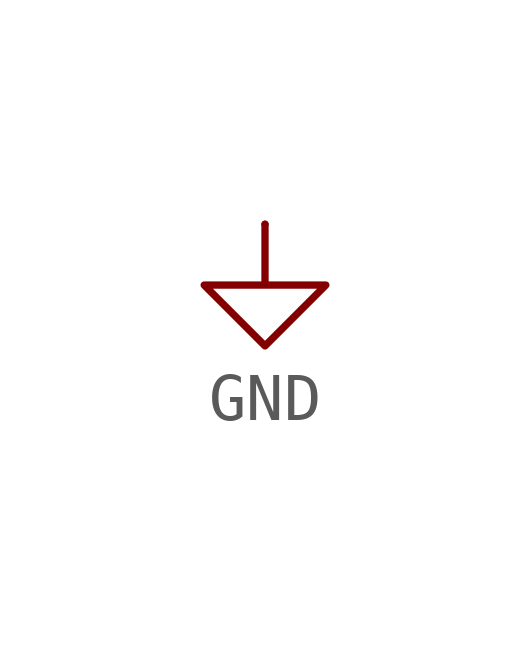
<source format=kicad_sym>
(kicad_symbol_lib
  (version 20241209)
  (generator "kicad_symbol_editor")
  (generator_version "9.0")
  (symbol "GND"
    (power)
    (pin_numbers
      (hide yes))
    (pin_names
      (offset 0)
      (hide yes))
    (property "Reference" "#PWR"
      (at 0 -6.35 0)
      (effects (font (size 1.27 1.27)) (hide yes)))
    (symbol "GND_0_1"
      (polyline (pts (xy 0 0) (xy 0 -1.27) (xy 1.27 -1.27) (xy 0 -2.54) (xy -1.27 -1.27) (xy 0 -1.27)) (stroke (width 0) (type default)) (fill (type none))))
    (symbol "GND_1_1"
      (pin power_in line (at 0 0 270) (length 0) (name "~" (effects (font (size 1.27 1.27)))) (number "1" (effects (font (size 1.27 1.27))))))))
</source>
